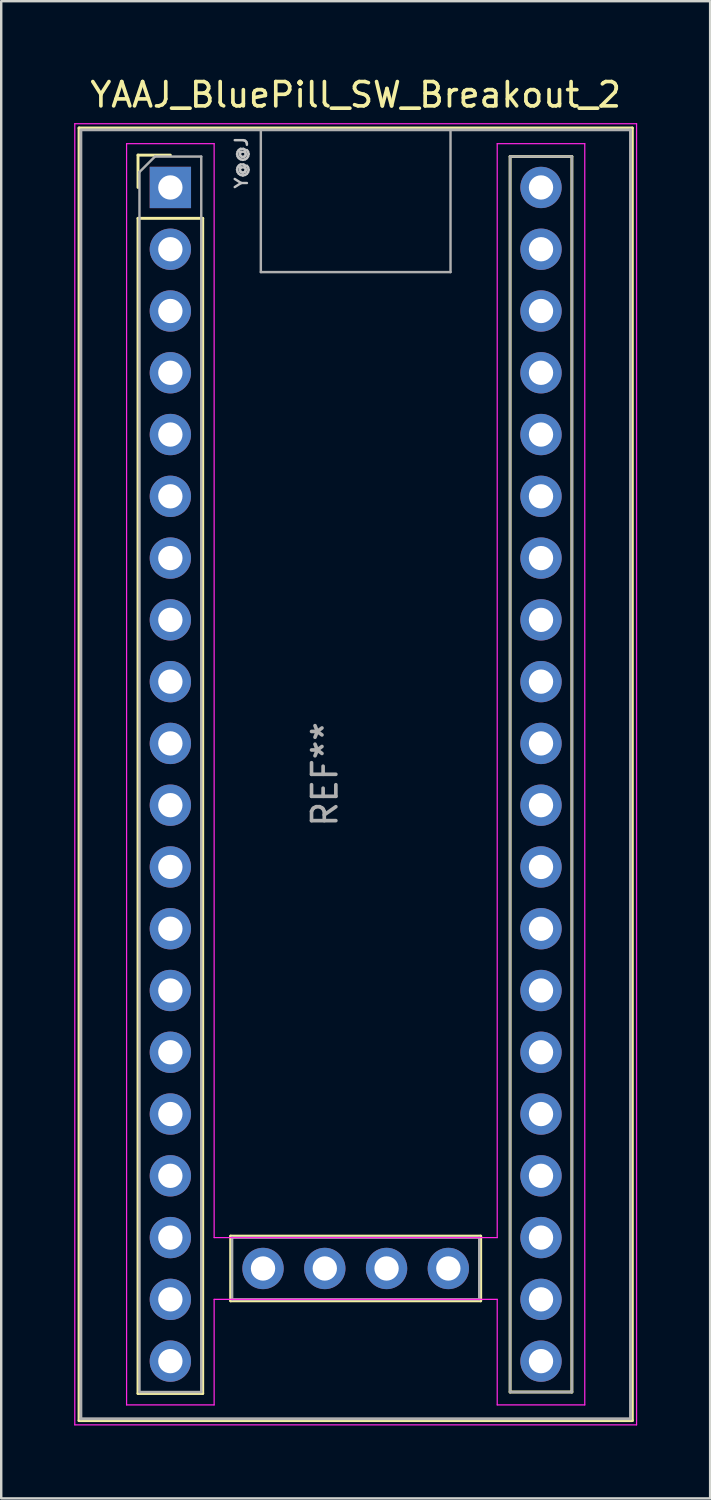
<source format=kicad_pcb>
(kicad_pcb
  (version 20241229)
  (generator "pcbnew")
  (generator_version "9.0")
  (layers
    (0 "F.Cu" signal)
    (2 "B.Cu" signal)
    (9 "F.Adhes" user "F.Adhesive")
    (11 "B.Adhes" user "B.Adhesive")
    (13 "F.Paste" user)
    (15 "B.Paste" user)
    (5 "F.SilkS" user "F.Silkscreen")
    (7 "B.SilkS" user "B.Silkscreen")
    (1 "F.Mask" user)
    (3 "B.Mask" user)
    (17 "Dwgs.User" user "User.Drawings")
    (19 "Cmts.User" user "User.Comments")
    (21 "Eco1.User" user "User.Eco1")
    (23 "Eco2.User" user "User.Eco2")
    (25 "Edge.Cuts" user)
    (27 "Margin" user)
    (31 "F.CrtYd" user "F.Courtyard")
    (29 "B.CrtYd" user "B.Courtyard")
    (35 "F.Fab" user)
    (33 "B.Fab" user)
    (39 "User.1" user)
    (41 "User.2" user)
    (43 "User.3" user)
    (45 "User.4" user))
  (footprint "YAAJ_BluePill_SW_Breakout_2"
    (layer "F.Cu")
    (at 3.955 4.658)
    (property "Reference" "YAAJ_BluePill_SW_Breakout_2" (at 7.62 -3.81 0) (layer "F.SilkS") (effects (font (size 1 1) (thickness 0.15))))
    (attr through_hole)
    (fp_line (start -3.755 -2.445) (end 18.995 -2.445) (stroke (width 0.12) (type solid)) (layer "F.SilkS"))
    (fp_line (start -3.755 50.705) (end -3.755 -2.445) (stroke (width 0.12) (type solid)) (layer "F.SilkS"))
    (fp_line (start -1.33 -1.33) (end 0 -1.33) (stroke (width 0.12) (type solid)) (layer "F.SilkS"))
    (fp_line (start -1.33 0) (end -1.33 -1.33) (stroke (width 0.12) (type solid)) (layer "F.SilkS"))
    (fp_line (start -1.33 1.27) (end 1.33 1.27) (stroke (width 0.12) (type solid)) (layer "F.SilkS"))
    (fp_line (start -1.33 49.59) (end -1.33 1.27) (stroke (width 0.12) (type solid)) (layer "F.SilkS"))
    (fp_line (start 1.33 1.27) (end 1.33 49.59) (stroke (width 0.12) (type solid)) (layer "F.SilkS"))
    (fp_line (start 1.33 49.59) (end -1.33 49.59) (stroke (width 0.12) (type solid)) (layer "F.SilkS"))
    (fp_line (start 2.48 43.12) (end 2.48 45.78) (stroke (width 0.12) (type solid)) (layer "F.SilkS"))
    (fp_line (start 2.48 45.78) (end 12.76 45.78) (stroke (width 0.12) (type solid)) (layer "F.SilkS"))
    (fp_line (start 12.76 43.12) (end 2.48 43.12) (stroke (width 0.12) (type solid)) (layer "F.SilkS"))
    (fp_line (start 12.76 45.78) (end 12.76 43.12) (stroke (width 0.12) (type solid)) (layer "F.SilkS"))
    (fp_line (start 13.97 -1.27) (end 16.51 -1.27) (stroke (width 0.12) (type solid)) (layer "F.SilkS"))
    (fp_line (start 13.97 49.53) (end 13.97 -1.27) (stroke (width 0.12) (type solid)) (layer "F.SilkS"))
    (fp_line (start 16.51 -1.27) (end 16.51 49.53) (stroke (width 0.12) (type solid)) (layer "F.SilkS"))
    (fp_line (start 16.51 49.53) (end 13.97 49.53) (stroke (width 0.12) (type solid)) (layer "F.SilkS"))
    (fp_line (start 18.995 -2.445) (end 18.995 50.705) (stroke (width 0.12) (type solid)) (layer "F.SilkS"))
    (fp_line (start 18.995 50.705) (end -3.755 50.705) (stroke (width 0.12) (type solid)) (layer "F.SilkS"))
    (fp_line (start -3.93 -2.62) (end 19.17 -2.62) (stroke (width 0.05) (type solid)) (layer "F.CrtYd"))
    (fp_line (start -3.93 50.88) (end -3.93 -2.62) (stroke (width 0.05) (type solid)) (layer "F.CrtYd"))
    (fp_line (start -1.8 -1.8) (end -1.8 50.06) (stroke (width 0.05) (type solid)) (layer "F.CrtYd"))
    (fp_line (start -1.8 50.06) (end 1.8 50.06) (stroke (width 0.05) (type solid)) (layer "F.CrtYd"))
    (fp_line (start 1.8 -1.8) (end -1.8 -1.8) (stroke (width 0.05) (type solid)) (layer "F.CrtYd"))
    (fp_line (start 1.8 -1.8) (end 1.8 43.18) (stroke (width 0.05) (type solid)) (layer "F.CrtYd"))
    (fp_line (start 1.8 43.18) (end 13.44 43.18) (stroke (width 0.05) (type solid)) (layer "F.CrtYd"))
    (fp_line (start 1.8 45.72) (end 1.8 50.06) (stroke (width 0.05) (type solid)) (layer "F.CrtYd"))
    (fp_line (start 13.44 -1.8) (end 13.44 43.18) (stroke (width 0.05) (type solid)) (layer "F.CrtYd"))
    (fp_line (start 13.44 -1.8) (end 17.04 -1.8) (stroke (width 0.05) (type solid)) (layer "F.CrtYd"))
    (fp_line (start 13.44 45.72) (end 1.8 45.72) (stroke (width 0.05) (type solid)) (layer "F.CrtYd"))
    (fp_line (start 13.44 45.72) (end 13.44 50.06) (stroke (width 0.05) (type solid)) (layer "F.CrtYd"))
    (fp_line (start 17.04 -1.8) (end 17.04 50.06) (stroke (width 0.05) (type solid)) (layer "F.CrtYd"))
    (fp_line (start 17.04 50.06) (end 13.44 50.06) (stroke (width 0.05) (type solid)) (layer "F.CrtYd"))
    (fp_line (start 19.17 -2.62) (end 19.17 50.88) (stroke (width 0.05) (type solid)) (layer "F.CrtYd"))
    (fp_line (start 19.17 50.88) (end -3.93 50.88) (stroke (width 0.05) (type solid)) (layer "F.CrtYd"))
    (fp_line (start -3.68 -2.37) (end 18.92 -2.37) (stroke (width 0.12) (type solid)) (layer "F.Fab"))
    (fp_line (start -3.68 50.63) (end -3.68 -2.32) (stroke (width 0.12) (type solid)) (layer "F.Fab"))
    (fp_line (start -3.68 50.63) (end 18.92 50.63) (stroke (width 0.12) (type solid)) (layer "F.Fab"))
    (fp_line (start -1.27 -0.635) (end -0.635 -1.27) (stroke (width 0.1) (type solid)) (layer "F.Fab"))
    (fp_line (start -1.27 49.53) (end -1.27 -0.635) (stroke (width 0.1) (type solid)) (layer "F.Fab"))
    (fp_line (start -0.635 -1.27) (end 1.27 -1.27) (stroke (width 0.1) (type solid)) (layer "F.Fab"))
    (fp_line (start 1.27 -1.27) (end 1.27 49.53) (stroke (width 0.1) (type solid)) (layer "F.Fab"))
    (fp_line (start 1.27 49.53) (end -1.27 49.53) (stroke (width 0.1) (type solid)) (layer "F.Fab"))
    (fp_line (start 2.54 43.18) (end 12.7 43.18) (stroke (width 0.1) (type solid)) (layer "F.Fab"))
    (fp_line (start 2.54 45.72) (end 2.54 43.18) (stroke (width 0.1) (type solid)) (layer "F.Fab"))
    (fp_line (start 3.72 3.48) (end 3.72 -2.32) (stroke (width 0.1) (type solid)) (layer "F.Fab"))
    (fp_line (start 3.72 3.48) (end 11.52 3.48) (stroke (width 0.1) (type solid)) (layer "F.Fab"))
    (fp_line (start 11.52 3.48) (end 11.52 -2.32) (stroke (width 0.1) (type solid)) (layer "F.Fab"))
    (fp_line (start 12.7 43.18) (end 12.7 45.72) (stroke (width 0.1) (type solid)) (layer "F.Fab"))
    (fp_line (start 12.7 45.72) (end 2.54 45.72) (stroke (width 0.1) (type solid)) (layer "F.Fab"))
    (fp_line (start 13.97 -1.27) (end 16.51 -1.27) (stroke (width 0.1) (type solid)) (layer "F.Fab"))
    (fp_line (start 13.97 49.53) (end 13.97 -1.27) (stroke (width 0.1) (type solid)) (layer "F.Fab"))
    (fp_line (start 16.51 -1.27) (end 16.51 49.53) (stroke (width 0.1) (type solid)) (layer "F.Fab"))
    (fp_line (start 16.51 49.53) (end 13.97 49.53) (stroke (width 0.1) (type solid)) (layer "F.Fab"))
    (fp_line (start 18.92 -2.37) (end 18.92 50.63) (stroke (width 0.12) (type solid)) (layer "F.Fab"))
    (fp_text user "Y@@J" (at 2.921 -1.016 90) (unlocked yes) (layer "Dwgs.User") (effects (font (size 0.5 0.5) (thickness 0.1))))
    (fp_text user "REF**" (at 6.35 24.13 90) (layer "F.Fab") (effects (font (size 1 1) (thickness 0.15))))
    (pad "1" thru_hole rect (at 0 0) (size 1.7 1.7) (drill 1) (layers "*.Cu" "*.Mask"))
    (pad "2" thru_hole circle (at 0 2.54) (size 1.7 1.7) (drill 1) (layers "*.Cu" "*.Mask"))
    (pad "3" thru_hole circle (at 0 5.08) (size 1.7 1.7) (drill 1) (layers "*.Cu" "*.Mask"))
    (pad "4" thru_hole circle (at 0 7.62) (size 1.7 1.7) (drill 1) (layers "*.Cu" "*.Mask"))
    (pad "5" thru_hole circle (at 0 10.16) (size 1.7 1.7) (drill 1) (layers "*.Cu" "*.Mask"))
    (pad "6" thru_hole circle (at 0 12.7) (size 1.7 1.7) (drill 1) (layers "*.Cu" "*.Mask"))
    (pad "7" thru_hole circle (at 0 15.24) (size 1.7 1.7) (drill 1) (layers "*.Cu" "*.Mask"))
    (pad "8" thru_hole circle (at 0 17.78) (size 1.7 1.7) (drill 1) (layers "*.Cu" "*.Mask"))
    (pad "9" thru_hole circle (at 0 20.32) (size 1.7 1.7) (drill 1) (layers "*.Cu" "*.Mask"))
    (pad "10" thru_hole circle (at 0 22.86) (size 1.7 1.7) (drill 1) (layers "*.Cu" "*.Mask"))
    (pad "11" thru_hole circle (at 0 25.4) (size 1.7 1.7) (drill 1) (layers "*.Cu" "*.Mask"))
    (pad "12" thru_hole circle (at 0 27.94) (size 1.7 1.7) (drill 1) (layers "*.Cu" "*.Mask"))
    (pad "13" thru_hole circle (at 0 30.48) (size 1.7 1.7) (drill 1) (layers "*.Cu" "*.Mask"))
    (pad "14" thru_hole circle (at 0 33.02) (size 1.7 1.7) (drill 1) (layers "*.Cu" "*.Mask"))
    (pad "15" thru_hole circle (at 0 35.56) (size 1.7 1.7) (drill 1) (layers "*.Cu" "*.Mask"))
    (pad "16" thru_hole circle (at 0 38.1) (size 1.7 1.7) (drill 1) (layers "*.Cu" "*.Mask"))
    (pad "17" thru_hole circle (at 0 40.64) (size 1.7 1.7) (drill 1) (layers "*.Cu" "*.Mask"))
    (pad "18" thru_hole circle (at 0 43.18) (size 1.7 1.7) (drill 1) (layers "*.Cu" "*.Mask"))
    (pad "19" thru_hole circle (at 0 45.72) (size 1.7 1.7) (drill 1) (layers "*.Cu" "*.Mask"))
    (pad "20" thru_hole circle (at 0 48.26) (size 1.7 1.7) (drill 1) (layers "*.Cu" "*.Mask"))
    (pad "21" thru_hole circle (at 15.24 48.26) (size 1.7 1.7) (drill 1) (layers "*.Cu" "*.Mask"))
    (pad "22" thru_hole circle (at 15.24 45.72) (size 1.7 1.7) (drill 1) (layers "*.Cu" "*.Mask"))
    (pad "23" thru_hole circle (at 15.24 43.18) (size 1.7 1.7) (drill 1) (layers "*.Cu" "*.Mask"))
    (pad "24" thru_hole circle (at 15.24 40.64) (size 1.7 1.7) (drill 1) (layers "*.Cu" "*.Mask"))
    (pad "25" thru_hole circle (at 15.24 38.1) (size 1.7 1.7) (drill 1) (layers "*.Cu" "*.Mask"))
    (pad "26" thru_hole circle (at 15.24 35.56) (size 1.7 1.7) (drill 1) (layers "*.Cu" "*.Mask"))
    (pad "27" thru_hole circle (at 15.24 33.02) (size 1.7 1.7) (drill 1) (layers "*.Cu" "*.Mask"))
    (pad "28" thru_hole circle (at 15.24 30.48) (size 1.7 1.7) (drill 1) (layers "*.Cu" "*.Mask"))
    (pad "29" thru_hole circle (at 15.24 27.94) (size 1.7 1.7) (drill 1) (layers "*.Cu" "*.Mask"))
    (pad "30" thru_hole circle (at 15.24 25.4) (size 1.7 1.7) (drill 1) (layers "*.Cu" "*.Mask"))
    (pad "31" thru_hole circle (at 15.24 22.86) (size 1.7 1.7) (drill 1) (layers "*.Cu" "*.Mask"))
    (pad "32" thru_hole circle (at 15.24 20.32) (size 1.7 1.7) (drill 1) (layers "*.Cu" "*.Mask"))
    (pad "33" thru_hole circle (at 15.24 17.78) (size 1.7 1.7) (drill 1) (layers "*.Cu" "*.Mask"))
    (pad "34" thru_hole circle (at 15.24 15.24) (size 1.7 1.7) (drill 1) (layers "*.Cu" "*.Mask"))
    (pad "35" thru_hole circle (at 15.24 12.7) (size 1.7 1.7) (drill 1) (layers "*.Cu" "*.Mask"))
    (pad "36" thru_hole circle (at 15.24 10.16) (size 1.7 1.7) (drill 1) (layers "*.Cu" "*.Mask"))
    (pad "37" thru_hole circle (at 15.24 7.62) (size 1.7 1.7) (drill 1) (layers "*.Cu" "*.Mask"))
    (pad "38" thru_hole circle (at 15.24 5.08) (size 1.7 1.7) (drill 1) (layers "*.Cu" "*.Mask"))
    (pad "39" thru_hole circle (at 15.24 2.54) (size 1.7 1.7) (drill 1) (layers "*.Cu" "*.Mask"))
    (pad "40" thru_hole circle (at 15.24 0) (size 1.7 1.7) (drill 1) (layers "*.Cu" "*.Mask"))
    (pad "41" thru_hole circle (at 11.43 44.45) (size 1.7 1.7) (drill 1) (layers "*.Cu" "*.Mask"))
    (pad "42" thru_hole circle (at 8.89 44.45) (size 1.7 1.7) (drill 1) (layers "*.Cu" "*.Mask"))
    (pad "43" thru_hole circle (at 6.35 44.45) (size 1.7 1.7) (drill 1) (layers "*.Cu" "*.Mask"))
    (pad "44" thru_hole circle (at 3.81 44.45) (size 1.7 1.7) (drill 1) (layers "*.Cu" "*.Mask")))
  (gr_rect
    (start -3 -3)
    (end 26.15 58.563)
    (stroke (width 0.1) (type default))
    (fill no)
    (layer "Edge.Cuts")))
</source>
